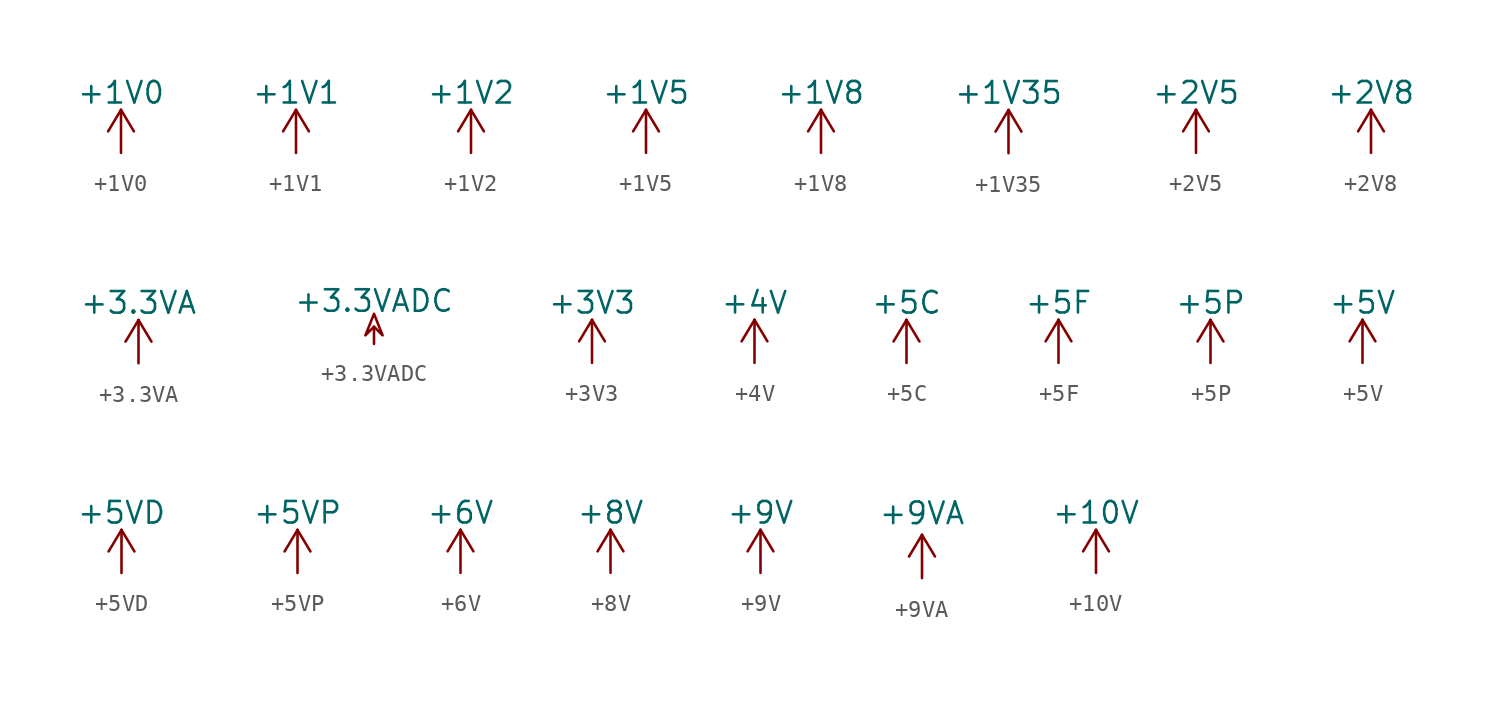
<source format=kicad_sym>
(kicad_symbol_lib
  (version 20231120)
  (generator "kicad_symbol_editor")
  (generator_version "8.0")
  (symbol "+1V0"
    (power)
    (pin_numbers hide)
    (pin_names
      (offset 0) hide)
    (property "Reference" "#PWR"
      (at 0 -3.81 0)
      (effects (font (size 1.27 1.27)) (hide yes)))
    (property "Value" "+1V0"
      (at 0 3.556 0)
      (effects (font (size 1.27 1.27))))
    (symbol "+1V0_0_1"
      (polyline (pts (xy -0.762 1.27) (xy 0 2.54)) (stroke (width 0) (type default)) (fill (type none)))
      (polyline (pts (xy 0 0) (xy 0 2.54)) (stroke (width 0) (type default)) (fill (type none)))
      (polyline (pts (xy 0 2.54) (xy 0.762 1.27)) (stroke (width 0) (type default)) (fill (type none))))
    (symbol "+1V0_1_1"
      (pin power_in line (at 0 0 90) (length 0) hide (name "+1V0" (effects (font (size 1.27 1.27)))) (number "1" (effects (font (size 1.27 1.27)))))))
  (symbol "+1V1"
    (power)
    (pin_numbers hide)
    (pin_names
      (offset 0) hide)
    (property "Reference" "#PWR"
      (at 0 -3.81 0)
      (effects (font (size 1.27 1.27)) (hide yes)))
    (property "Value" "+1V1"
      (at 0 3.556 0)
      (effects (font (size 1.27 1.27))))
    (symbol "+1V1_0_1"
      (polyline (pts (xy -0.762 1.27) (xy 0 2.54)) (stroke (width 0) (type default)) (fill (type none)))
      (polyline (pts (xy 0 0) (xy 0 2.54)) (stroke (width 0) (type default)) (fill (type none)))
      (polyline (pts (xy 0 2.54) (xy 0.762 1.27)) (stroke (width 0) (type default)) (fill (type none))))
    (symbol "+1V1_1_1"
      (pin power_in line (at 0 0 90) (length 0) hide (name "+1V1" (effects (font (size 1.27 1.27)))) (number "1" (effects (font (size 1.27 1.27)))))))
  (symbol "+1V2"
    (power)
    (pin_numbers hide)
    (pin_names
      (offset 0) hide)
    (property "Reference" "#PWR"
      (at 0 -3.81 0)
      (effects (font (size 1.27 1.27)) (hide yes)))
    (property "Value" "+1V2"
      (at 0 3.556 0)
      (effects (font (size 1.27 1.27))))
    (symbol "+1V2_0_1"
      (polyline (pts (xy -0.762 1.27) (xy 0 2.54)) (stroke (width 0) (type default)) (fill (type none)))
      (polyline (pts (xy 0 0) (xy 0 2.54)) (stroke (width 0) (type default)) (fill (type none)))
      (polyline (pts (xy 0 2.54) (xy 0.762 1.27)) (stroke (width 0) (type default)) (fill (type none))))
    (symbol "+1V2_1_1"
      (pin power_in line (at 0 0 90) (length 0) hide (name "+1V2" (effects (font (size 1.27 1.27)))) (number "1" (effects (font (size 1.27 1.27)))))))
  (symbol "+1V5"
    (power)
    (pin_numbers hide)
    (pin_names
      (offset 0) hide)
    (property "Reference" "#PWR"
      (at 0 -3.81 0)
      (effects (font (size 1.27 1.27)) (hide yes)))
    (property "Value" "+1V5"
      (at 0 3.556 0)
      (effects (font (size 1.27 1.27))))
    (symbol "+1V5_0_1"
      (polyline (pts (xy -0.762 1.27) (xy 0 2.54)) (stroke (width 0) (type default)) (fill (type none)))
      (polyline (pts (xy 0 0) (xy 0 2.54)) (stroke (width 0) (type default)) (fill (type none)))
      (polyline (pts (xy 0 2.54) (xy 0.762 1.27)) (stroke (width 0) (type default)) (fill (type none))))
    (symbol "+1V5_1_1"
      (pin power_in line (at 0 0 90) (length 0) hide (name "+1V5" (effects (font (size 1.27 1.27)))) (number "1" (effects (font (size 1.27 1.27)))))))
  (symbol "+1V8"
    (power)
    (pin_numbers hide)
    (pin_names
      (offset 0) hide)
    (property "Reference" "#PWR"
      (at 0 -3.81 0)
      (effects (font (size 1.27 1.27)) (hide yes)))
    (property "Value" "+1V8"
      (at 0 3.556 0)
      (effects (font (size 1.27 1.27))))
    (symbol "+1V8_0_1"
      (polyline (pts (xy -0.762 1.27) (xy 0 2.54)) (stroke (width 0) (type default)) (fill (type none)))
      (polyline (pts (xy 0 0) (xy 0 2.54)) (stroke (width 0) (type default)) (fill (type none)))
      (polyline (pts (xy 0 2.54) (xy 0.762 1.27)) (stroke (width 0) (type default)) (fill (type none))))
    (symbol "+1V8_1_1"
      (pin power_in line (at 0 0 90) (length 0) hide (name "+1V8" (effects (font (size 1.27 1.27)))) (number "1" (effects (font (size 1.27 1.27)))))))
  (symbol "+1V35"
    (power)
    (pin_numbers hide)
    (pin_names
      (offset 0) hide)
    (property "Reference" "#PWR"
      (at 0 -3.81 0)
      (effects (font (size 1.27 1.27)) (hide yes)))
    (property "Value" "+1V35"
      (at 0 3.556 0)
      (effects (font (size 1.27 1.27))))
    (symbol "+1V35_0_1"
      (polyline (pts (xy -0.762 1.27) (xy 0 2.54)) (stroke (width 0) (type default)) (fill (type none)))
      (polyline (pts (xy 0 0) (xy 0 2.54)) (stroke (width 0) (type default)) (fill (type none)))
      (polyline (pts (xy 0 2.54) (xy 0.762 1.27)) (stroke (width 0) (type default)) (fill (type none))))
    (symbol "+1V35_1_1"
      (pin power_in line (at 0 0 90) (length 0) hide (name "+1V35" (effects (font (size 1.27 1.27)))) (number "1" (effects (font (size 1.27 1.27)))))))
  (symbol "+2V5"
    (power)
    (pin_numbers hide)
    (pin_names
      (offset 0) hide)
    (property "Reference" "#PWR"
      (at 0 -3.81 0)
      (effects (font (size 1.27 1.27)) (hide yes)))
    (property "Value" "+2V5"
      (at 0 3.556 0)
      (effects (font (size 1.27 1.27))))
    (symbol "+2V5_0_1"
      (polyline (pts (xy -0.762 1.27) (xy 0 2.54)) (stroke (width 0) (type default)) (fill (type none)))
      (polyline (pts (xy 0 0) (xy 0 2.54)) (stroke (width 0) (type default)) (fill (type none)))
      (polyline (pts (xy 0 2.54) (xy 0.762 1.27)) (stroke (width 0) (type default)) (fill (type none))))
    (symbol "+2V5_1_1"
      (pin power_in line (at 0 0 90) (length 0) hide (name "+2V5" (effects (font (size 1.27 1.27)))) (number "1" (effects (font (size 1.27 1.27)))))))
  (symbol "+2V8"
    (power)
    (pin_numbers hide)
    (pin_names
      (offset 0) hide)
    (property "Reference" "#PWR"
      (at 0 -3.81 0)
      (effects (font (size 1.27 1.27)) (hide yes)))
    (property "Value" "+2V8"
      (at 0 3.556 0)
      (effects (font (size 1.27 1.27))))
    (symbol "+2V8_0_1"
      (polyline (pts (xy -0.762 1.27) (xy 0 2.54)) (stroke (width 0) (type default)) (fill (type none)))
      (polyline (pts (xy 0 0) (xy 0 2.54)) (stroke (width 0) (type default)) (fill (type none)))
      (polyline (pts (xy 0 2.54) (xy 0.762 1.27)) (stroke (width 0) (type default)) (fill (type none))))
    (symbol "+2V8_1_1"
      (pin power_in line (at 0 0 90) (length 0) hide (name "+2V8" (effects (font (size 1.27 1.27)))) (number "1" (effects (font (size 1.27 1.27)))))))
  (symbol "+3.3VA"
    (power)
    (pin_numbers hide)
    (pin_names
      (offset 0) hide)
    (property "Reference" "#PWR"
      (at 0 -3.81 0)
      (effects (font (size 1.27 1.27)) (hide yes)))
    (property "Value" "+3.3VA"
      (at 0 3.556 0)
      (effects (font (size 1.27 1.27))))
    (symbol "+3.3VA_0_1"
      (polyline (pts (xy -0.762 1.27) (xy 0 2.54)) (stroke (width 0) (type default)) (fill (type none)))
      (polyline (pts (xy 0 0) (xy 0 2.54)) (stroke (width 0) (type default)) (fill (type none)))
      (polyline (pts (xy 0 2.54) (xy 0.762 1.27)) (stroke (width 0) (type default)) (fill (type none))))
    (symbol "+3.3VA_1_1"
      (pin power_in line (at 0 0 90) (length 0) hide (name "+3.3VA" (effects (font (size 1.27 1.27)))) (number "1" (effects (font (size 1.27 1.27)))))))
  (symbol "+3.3VADC"
    (power)
    (pin_numbers hide)
    (pin_names
      (offset 0) hide)
    (property "Reference" "#PWR"
      (at 3.81 -1.27 0)
      (effects (font (size 1.27 1.27)) (hide yes)))
    (property "Value" "+3.3VADC"
      (at 0 2.54 0)
      (effects (font (size 1.27 1.27))))
    (symbol "+3.3VADC_0_0"
      (pin power_in line (at 0 0 90) (length 0) hide (name "+3.3VADC" (effects (font (size 1.27 1.27)))) (number "1" (effects (font (size 1.27 1.27))))))
    (symbol "+3.3VADC_0_1"
      (polyline (pts (xy 0 0) (xy 0 1.016) (xy 0 1.016)) (stroke (width 0) (type default)) (fill (type none)))
      (polyline (pts (xy 0 1.016) (xy 0.508 0.508) (xy 0 1.778) (xy -0.508 0.508) (xy 0 1.016) (xy 0 1.016)) (stroke (width 0) (type default)) (fill (type none)))))
  (symbol "+3V3"
    (power)
    (pin_numbers hide)
    (pin_names
      (offset 0) hide)
    (property "Reference" "#PWR"
      (at 0 -3.81 0)
      (effects (font (size 1.27 1.27)) (hide yes)))
    (property "Value" "+3V3"
      (at 0 3.556 0)
      (effects (font (size 1.27 1.27))))
    (symbol "+3V3_0_1"
      (polyline (pts (xy -0.762 1.27) (xy 0 2.54)) (stroke (width 0) (type default)) (fill (type none)))
      (polyline (pts (xy 0 0) (xy 0 2.54)) (stroke (width 0) (type default)) (fill (type none)))
      (polyline (pts (xy 0 2.54) (xy 0.762 1.27)) (stroke (width 0) (type default)) (fill (type none))))
    (symbol "+3V3_1_1"
      (pin power_in line (at 0 0 90) (length 0) hide (name "+3V3" (effects (font (size 1.27 1.27)))) (number "1" (effects (font (size 1.27 1.27)))))))
  (symbol "+4V"
    (power)
    (pin_numbers hide)
    (pin_names
      (offset 0) hide)
    (property "Reference" "#PWR"
      (at 0 -3.81 0)
      (effects (font (size 1.27 1.27)) (hide yes)))
    (property "Value" "+4V"
      (at 0 3.556 0)
      (effects (font (size 1.27 1.27))))
    (symbol "+4V_0_1"
      (polyline (pts (xy -0.762 1.27) (xy 0 2.54)) (stroke (width 0) (type default)) (fill (type none)))
      (polyline (pts (xy 0 0) (xy 0 2.54)) (stroke (width 0) (type default)) (fill (type none)))
      (polyline (pts (xy 0 2.54) (xy 0.762 1.27)) (stroke (width 0) (type default)) (fill (type none))))
    (symbol "+4V_1_1"
      (pin power_in line (at 0 0 90) (length 0) hide (name "+4V" (effects (font (size 1.27 1.27)))) (number "1" (effects (font (size 1.27 1.27)))))))
  (symbol "+5C"
    (power)
    (pin_numbers hide)
    (pin_names
      (offset 0) hide)
    (property "Reference" "#PWR"
      (at 0 -3.81 0)
      (effects (font (size 1.27 1.27)) (hide yes)))
    (property "Value" "+5C"
      (at 0 3.556 0)
      (effects (font (size 1.27 1.27))))
    (symbol "+5C_0_1"
      (polyline (pts (xy -0.762 1.27) (xy 0 2.54)) (stroke (width 0) (type default)) (fill (type none)))
      (polyline (pts (xy 0 0) (xy 0 2.54)) (stroke (width 0) (type default)) (fill (type none)))
      (polyline (pts (xy 0 2.54) (xy 0.762 1.27)) (stroke (width 0) (type default)) (fill (type none))))
    (symbol "+5C_1_1"
      (pin power_in line (at 0 0 90) (length 0) hide (name "+5C" (effects (font (size 1.27 1.27)))) (number "1" (effects (font (size 1.27 1.27)))))))
  (symbol "+5F"
    (power)
    (pin_numbers hide)
    (pin_names
      (offset 0) hide)
    (property "Reference" "#PWR"
      (at 0 -3.81 0)
      (effects (font (size 1.27 1.27)) (hide yes)))
    (property "Value" "+5F"
      (at 0 3.556 0)
      (effects (font (size 1.27 1.27))))
    (symbol "+5F_0_1"
      (polyline (pts (xy -0.762 1.27) (xy 0 2.54)) (stroke (width 0) (type default)) (fill (type none)))
      (polyline (pts (xy 0 0) (xy 0 2.54)) (stroke (width 0) (type default)) (fill (type none)))
      (polyline (pts (xy 0 2.54) (xy 0.762 1.27)) (stroke (width 0) (type default)) (fill (type none))))
    (symbol "+5F_1_1"
      (pin power_in line (at 0 0 90) (length 0) hide (name "+5F" (effects (font (size 1.27 1.27)))) (number "1" (effects (font (size 1.27 1.27)))))))
  (symbol "+5P"
    (power)
    (pin_numbers hide)
    (pin_names
      (offset 0) hide)
    (property "Reference" "#PWR"
      (at 0 -3.81 0)
      (effects (font (size 1.27 1.27)) (hide yes)))
    (property "Value" "+5P"
      (at 0 3.556 0)
      (effects (font (size 1.27 1.27))))
    (symbol "+5P_0_1"
      (polyline (pts (xy -0.762 1.27) (xy 0 2.54)) (stroke (width 0) (type default)) (fill (type none)))
      (polyline (pts (xy 0 0) (xy 0 2.54)) (stroke (width 0) (type default)) (fill (type none)))
      (polyline (pts (xy 0 2.54) (xy 0.762 1.27)) (stroke (width 0) (type default)) (fill (type none))))
    (symbol "+5P_1_1"
      (pin power_in line (at 0 0 90) (length 0) hide (name "+5P" (effects (font (size 1.27 1.27)))) (number "1" (effects (font (size 1.27 1.27)))))))
  (symbol "+5V"
    (power)
    (pin_numbers hide)
    (pin_names
      (offset 0) hide)
    (property "Reference" "#PWR"
      (at 0 -3.81 0)
      (effects (font (size 1.27 1.27)) (hide yes)))
    (property "Value" "+5V"
      (at 0 3.556 0)
      (effects (font (size 1.27 1.27))))
    (symbol "+5V_0_1"
      (polyline (pts (xy -0.762 1.27) (xy 0 2.54)) (stroke (width 0) (type default)) (fill (type none)))
      (polyline (pts (xy 0 0) (xy 0 2.54)) (stroke (width 0) (type default)) (fill (type none)))
      (polyline (pts (xy 0 2.54) (xy 0.762 1.27)) (stroke (width 0) (type default)) (fill (type none))))
    (symbol "+5V_1_1"
      (pin power_in line (at 0 0 90) (length 0) hide (name "+5V" (effects (font (size 1.27 1.27)))) (number "1" (effects (font (size 1.27 1.27)))))))
  (symbol "+5VD"
    (power)
    (pin_numbers hide)
    (pin_names
      (offset 0) hide)
    (property "Reference" "#PWR"
      (at 0 -3.81 0)
      (effects (font (size 1.27 1.27)) (hide yes)))
    (property "Value" "+5VD"
      (at 0 3.556 0)
      (effects (font (size 1.27 1.27))))
    (symbol "+5VD_0_1"
      (polyline (pts (xy -0.762 1.27) (xy 0 2.54)) (stroke (width 0) (type default)) (fill (type none)))
      (polyline (pts (xy 0 0) (xy 0 2.54)) (stroke (width 0) (type default)) (fill (type none)))
      (polyline (pts (xy 0 2.54) (xy 0.762 1.27)) (stroke (width 0) (type default)) (fill (type none))))
    (symbol "+5VD_1_1"
      (pin power_in line (at 0 0 90) (length 0) hide (name "+5VD" (effects (font (size 1.27 1.27)))) (number "1" (effects (font (size 1.27 1.27)))))))
  (symbol "+5VP"
    (power)
    (pin_numbers hide)
    (pin_names
      (offset 0) hide)
    (property "Reference" "#PWR"
      (at 0 -3.81 0)
      (effects (font (size 1.27 1.27)) (hide yes)))
    (property "Value" "+5VP"
      (at 0 3.556 0)
      (effects (font (size 1.27 1.27))))
    (symbol "+5VP_0_1"
      (polyline (pts (xy -0.762 1.27) (xy 0 2.54)) (stroke (width 0) (type default)) (fill (type none)))
      (polyline (pts (xy 0 0) (xy 0 2.54)) (stroke (width 0) (type default)) (fill (type none)))
      (polyline (pts (xy 0 2.54) (xy 0.762 1.27)) (stroke (width 0) (type default)) (fill (type none))))
    (symbol "+5VP_1_1"
      (pin power_in line (at 0 0 90) (length 0) hide (name "+5VP" (effects (font (size 1.27 1.27)))) (number "1" (effects (font (size 1.27 1.27)))))))
  (symbol "+6V"
    (power)
    (pin_numbers hide)
    (pin_names
      (offset 0) hide)
    (property "Reference" "#PWR"
      (at 0 -3.81 0)
      (effects (font (size 1.27 1.27)) (hide yes)))
    (property "Value" "+6V"
      (at 0 3.556 0)
      (effects (font (size 1.27 1.27))))
    (symbol "+6V_0_1"
      (polyline (pts (xy -0.762 1.27) (xy 0 2.54)) (stroke (width 0) (type default)) (fill (type none)))
      (polyline (pts (xy 0 0) (xy 0 2.54)) (stroke (width 0) (type default)) (fill (type none)))
      (polyline (pts (xy 0 2.54) (xy 0.762 1.27)) (stroke (width 0) (type default)) (fill (type none))))
    (symbol "+6V_1_1"
      (pin power_in line (at 0 0 90) (length 0) hide (name "+6V" (effects (font (size 1.27 1.27)))) (number "1" (effects (font (size 1.27 1.27)))))))
  (symbol "+8V"
    (power)
    (pin_numbers hide)
    (pin_names
      (offset 0) hide)
    (property "Reference" "#PWR"
      (at 0 -3.81 0)
      (effects (font (size 1.27 1.27)) (hide yes)))
    (property "Value" "+8V"
      (at 0 3.556 0)
      (effects (font (size 1.27 1.27))))
    (symbol "+8V_0_1"
      (polyline (pts (xy -0.762 1.27) (xy 0 2.54)) (stroke (width 0) (type default)) (fill (type none)))
      (polyline (pts (xy 0 0) (xy 0 2.54)) (stroke (width 0) (type default)) (fill (type none)))
      (polyline (pts (xy 0 2.54) (xy 0.762 1.27)) (stroke (width 0) (type default)) (fill (type none))))
    (symbol "+8V_1_1"
      (pin power_in line (at 0 0 90) (length 0) hide (name "+8V" (effects (font (size 1.27 1.27)))) (number "1" (effects (font (size 1.27 1.27)))))))
  (symbol "+9V"
    (power)
    (pin_numbers hide)
    (pin_names
      (offset 0) hide)
    (property "Reference" "#PWR"
      (at 0 -3.81 0)
      (effects (font (size 1.27 1.27)) (hide yes)))
    (property "Value" "+9V"
      (at 0 3.556 0)
      (effects (font (size 1.27 1.27))))
    (symbol "+9V_0_1"
      (polyline (pts (xy -0.762 1.27) (xy 0 2.54)) (stroke (width 0) (type default)) (fill (type none)))
      (polyline (pts (xy 0 0) (xy 0 2.54)) (stroke (width 0) (type default)) (fill (type none)))
      (polyline (pts (xy 0 2.54) (xy 0.762 1.27)) (stroke (width 0) (type default)) (fill (type none))))
    (symbol "+9V_1_1"
      (pin power_in line (at 0 0 90) (length 0) hide (name "+9V" (effects (font (size 1.27 1.27)))) (number "1" (effects (font (size 1.27 1.27)))))))
  (symbol "+9VA"
    (power)
    (pin_numbers hide)
    (pin_names
      (offset 0) hide)
    (property "Reference" "#PWR"
      (at 0 -3.175 0)
      (effects (font (size 1.27 1.27)) (hide yes)))
    (property "Value" "+9VA"
      (at 0 3.81 0)
      (effects (font (size 1.27 1.27))))
    (symbol "+9VA_0_1"
      (polyline (pts (xy -0.762 1.27) (xy 0 2.54)) (stroke (width 0) (type default)) (fill (type none)))
      (polyline (pts (xy 0 0) (xy 0 2.54)) (stroke (width 0) (type default)) (fill (type none)))
      (polyline (pts (xy 0 2.54) (xy 0.762 1.27)) (stroke (width 0) (type default)) (fill (type none))))
    (symbol "+9VA_1_1"
      (pin power_in line (at 0 0 90) (length 0) hide (name "+9VA" (effects (font (size 1.27 1.27)))) (number "1" (effects (font (size 1.27 1.27)))))))
  (symbol "+10V"
    (power)
    (pin_numbers hide)
    (pin_names
      (offset 0) hide)
    (property "Reference" "#PWR"
      (at 0 -3.81 0)
      (effects (font (size 1.27 1.27)) (hide yes)))
    (property "Value" "+10V"
      (at 0 3.556 0)
      (effects (font (size 1.27 1.27))))
    (symbol "+10V_0_1"
      (polyline (pts (xy -0.762 1.27) (xy 0 2.54)) (stroke (width 0) (type default)) (fill (type none)))
      (polyline (pts (xy 0 0) (xy 0 2.54)) (stroke (width 0) (type default)) (fill (type none)))
      (polyline (pts (xy 0 2.54) (xy 0.762 1.27)) (stroke (width 0) (type default)) (fill (type none))))
    (symbol "+10V_1_1"
      (pin power_in line (at 0 0 90) (length 0) hide (name "+10V" (effects (font (size 1.27 1.27)))) (number "1" (effects (font (size 1.27 1.27))))))))
</source>
